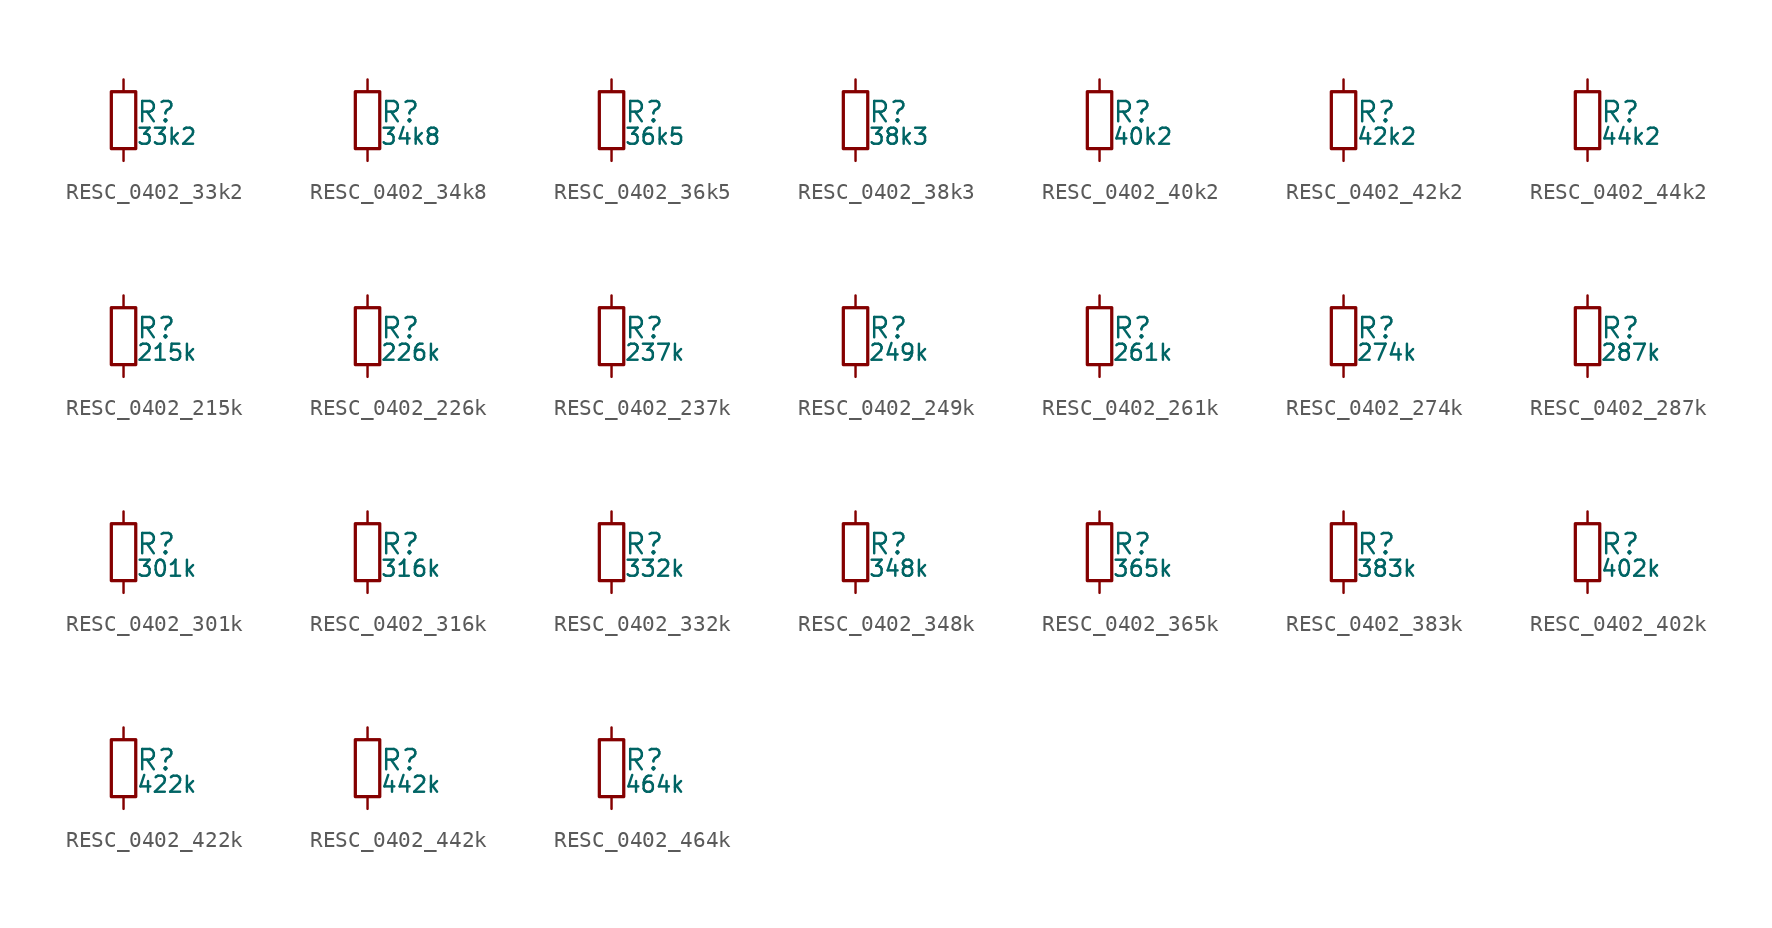
<source format=kicad_sym>
(kicad_symbol_lib
  (version 20211014)
  (generator kicad_LibGenerator)
  (symbol "RESC_0402_33k2"
    (pin_numbers hide)
    (pin_names
      (offset 0.254) hide)
    (property "Reference" "R"
      (at 0.762 0.508 0)
      (effects (font (size 1.27 1.27)) (justify left)))
    (property "Value" "33k2"
      (at 0.762 -1.016 0)
      (effects (font (size 1.00 1.00)) (justify left)))
    (symbol "RESC_0402_33k2_0_1"
      (rectangle (start -0.762 1.778) (end 0.762 -1.778) (stroke (width 0.203) (type default) (color 0 0 0 0)) (fill (type none))))
    (symbol "RESC_0402_33k2_1_1"
      (pin passive line (at 0 2.54 270) (length 0.762) (name "~" (effects (font (size 1.27 1.27)))) (number "1" (effects (font (size 1.27 1.27)))))
      (pin passive line (at 0 -2.54 90) (length 0.762) (name "~" (effects (font (size 1.27 1.27)))) (number "2" (effects (font (size 1.27 1.27)))))))
  (symbol "RESC_0402_34k8"
    (pin_numbers hide)
    (pin_names
      (offset 0.254) hide)
    (property "Reference" "R"
      (at 0.762 0.508 0)
      (effects (font (size 1.27 1.27)) (justify left)))
    (property "Value" "34k8"
      (at 0.762 -1.016 0)
      (effects (font (size 1.00 1.00)) (justify left)))
    (symbol "RESC_0402_34k8_0_1"
      (rectangle (start -0.762 1.778) (end 0.762 -1.778) (stroke (width 0.203) (type default) (color 0 0 0 0)) (fill (type none))))
    (symbol "RESC_0402_34k8_1_1"
      (pin passive line (at 0 2.54 270) (length 0.762) (name "~" (effects (font (size 1.27 1.27)))) (number "1" (effects (font (size 1.27 1.27)))))
      (pin passive line (at 0 -2.54 90) (length 0.762) (name "~" (effects (font (size 1.27 1.27)))) (number "2" (effects (font (size 1.27 1.27)))))))
  (symbol "RESC_0402_36k5"
    (pin_numbers hide)
    (pin_names
      (offset 0.254) hide)
    (property "Reference" "R"
      (at 0.762 0.508 0)
      (effects (font (size 1.27 1.27)) (justify left)))
    (property "Value" "36k5"
      (at 0.762 -1.016 0)
      (effects (font (size 1.00 1.00)) (justify left)))
    (symbol "RESC_0402_36k5_0_1"
      (rectangle (start -0.762 1.778) (end 0.762 -1.778) (stroke (width 0.203) (type default) (color 0 0 0 0)) (fill (type none))))
    (symbol "RESC_0402_36k5_1_1"
      (pin passive line (at 0 2.54 270) (length 0.762) (name "~" (effects (font (size 1.27 1.27)))) (number "1" (effects (font (size 1.27 1.27)))))
      (pin passive line (at 0 -2.54 90) (length 0.762) (name "~" (effects (font (size 1.27 1.27)))) (number "2" (effects (font (size 1.27 1.27)))))))
  (symbol "RESC_0402_38k3"
    (pin_numbers hide)
    (pin_names
      (offset 0.254) hide)
    (property "Reference" "R"
      (at 0.762 0.508 0)
      (effects (font (size 1.27 1.27)) (justify left)))
    (property "Value" "38k3"
      (at 0.762 -1.016 0)
      (effects (font (size 1.00 1.00)) (justify left)))
    (symbol "RESC_0402_38k3_0_1"
      (rectangle (start -0.762 1.778) (end 0.762 -1.778) (stroke (width 0.203) (type default) (color 0 0 0 0)) (fill (type none))))
    (symbol "RESC_0402_38k3_1_1"
      (pin passive line (at 0 2.54 270) (length 0.762) (name "~" (effects (font (size 1.27 1.27)))) (number "1" (effects (font (size 1.27 1.27)))))
      (pin passive line (at 0 -2.54 90) (length 0.762) (name "~" (effects (font (size 1.27 1.27)))) (number "2" (effects (font (size 1.27 1.27)))))))
  (symbol "RESC_0402_40k2"
    (pin_numbers hide)
    (pin_names
      (offset 0.254) hide)
    (property "Reference" "R"
      (at 0.762 0.508 0)
      (effects (font (size 1.27 1.27)) (justify left)))
    (property "Value" "40k2"
      (at 0.762 -1.016 0)
      (effects (font (size 1.00 1.00)) (justify left)))
    (symbol "RESC_0402_40k2_0_1"
      (rectangle (start -0.762 1.778) (end 0.762 -1.778) (stroke (width 0.203) (type default) (color 0 0 0 0)) (fill (type none))))
    (symbol "RESC_0402_40k2_1_1"
      (pin passive line (at 0 2.54 270) (length 0.762) (name "~" (effects (font (size 1.27 1.27)))) (number "1" (effects (font (size 1.27 1.27)))))
      (pin passive line (at 0 -2.54 90) (length 0.762) (name "~" (effects (font (size 1.27 1.27)))) (number "2" (effects (font (size 1.27 1.27)))))))
  (symbol "RESC_0402_42k2"
    (pin_numbers hide)
    (pin_names
      (offset 0.254) hide)
    (property "Reference" "R"
      (at 0.762 0.508 0)
      (effects (font (size 1.27 1.27)) (justify left)))
    (property "Value" "42k2"
      (at 0.762 -1.016 0)
      (effects (font (size 1.00 1.00)) (justify left)))
    (symbol "RESC_0402_42k2_0_1"
      (rectangle (start -0.762 1.778) (end 0.762 -1.778) (stroke (width 0.203) (type default) (color 0 0 0 0)) (fill (type none))))
    (symbol "RESC_0402_42k2_1_1"
      (pin passive line (at 0 2.54 270) (length 0.762) (name "~" (effects (font (size 1.27 1.27)))) (number "1" (effects (font (size 1.27 1.27)))))
      (pin passive line (at 0 -2.54 90) (length 0.762) (name "~" (effects (font (size 1.27 1.27)))) (number "2" (effects (font (size 1.27 1.27)))))))
  (symbol "RESC_0402_44k2"
    (pin_numbers hide)
    (pin_names
      (offset 0.254) hide)
    (property "Reference" "R"
      (at 0.762 0.508 0)
      (effects (font (size 1.27 1.27)) (justify left)))
    (property "Value" "44k2"
      (at 0.762 -1.016 0)
      (effects (font (size 1.00 1.00)) (justify left)))
    (symbol "RESC_0402_44k2_0_1"
      (rectangle (start -0.762 1.778) (end 0.762 -1.778) (stroke (width 0.203) (type default) (color 0 0 0 0)) (fill (type none))))
    (symbol "RESC_0402_44k2_1_1"
      (pin passive line (at 0 2.54 270) (length 0.762) (name "~" (effects (font (size 1.27 1.27)))) (number "1" (effects (font (size 1.27 1.27)))))
      (pin passive line (at 0 -2.54 90) (length 0.762) (name "~" (effects (font (size 1.27 1.27)))) (number "2" (effects (font (size 1.27 1.27)))))))
  (symbol "RESC_0402_215k"
    (pin_numbers hide)
    (pin_names
      (offset 0.254) hide)
    (property "Reference" "R"
      (at 0.762 0.508 0)
      (effects (font (size 1.27 1.27)) (justify left)))
    (property "Value" "215k"
      (at 0.762 -1.016 0)
      (effects (font (size 1.00 1.00)) (justify left)))
    (symbol "RESC_0402_215k_0_1"
      (rectangle (start -0.762 1.778) (end 0.762 -1.778) (stroke (width 0.203) (type default) (color 0 0 0 0)) (fill (type none))))
    (symbol "RESC_0402_215k_1_1"
      (pin passive line (at 0 2.54 270) (length 0.762) (name "~" (effects (font (size 1.27 1.27)))) (number "1" (effects (font (size 1.27 1.27)))))
      (pin passive line (at 0 -2.54 90) (length 0.762) (name "~" (effects (font (size 1.27 1.27)))) (number "2" (effects (font (size 1.27 1.27)))))))
  (symbol "RESC_0402_226k"
    (pin_numbers hide)
    (pin_names
      (offset 0.254) hide)
    (property "Reference" "R"
      (at 0.762 0.508 0)
      (effects (font (size 1.27 1.27)) (justify left)))
    (property "Value" "226k"
      (at 0.762 -1.016 0)
      (effects (font (size 1.00 1.00)) (justify left)))
    (symbol "RESC_0402_226k_0_1"
      (rectangle (start -0.762 1.778) (end 0.762 -1.778) (stroke (width 0.203) (type default) (color 0 0 0 0)) (fill (type none))))
    (symbol "RESC_0402_226k_1_1"
      (pin passive line (at 0 2.54 270) (length 0.762) (name "~" (effects (font (size 1.27 1.27)))) (number "1" (effects (font (size 1.27 1.27)))))
      (pin passive line (at 0 -2.54 90) (length 0.762) (name "~" (effects (font (size 1.27 1.27)))) (number "2" (effects (font (size 1.27 1.27)))))))
  (symbol "RESC_0402_237k"
    (pin_numbers hide)
    (pin_names
      (offset 0.254) hide)
    (property "Reference" "R"
      (at 0.762 0.508 0)
      (effects (font (size 1.27 1.27)) (justify left)))
    (property "Value" "237k"
      (at 0.762 -1.016 0)
      (effects (font (size 1.00 1.00)) (justify left)))
    (symbol "RESC_0402_237k_0_1"
      (rectangle (start -0.762 1.778) (end 0.762 -1.778) (stroke (width 0.203) (type default) (color 0 0 0 0)) (fill (type none))))
    (symbol "RESC_0402_237k_1_1"
      (pin passive line (at 0 2.54 270) (length 0.762) (name "~" (effects (font (size 1.27 1.27)))) (number "1" (effects (font (size 1.27 1.27)))))
      (pin passive line (at 0 -2.54 90) (length 0.762) (name "~" (effects (font (size 1.27 1.27)))) (number "2" (effects (font (size 1.27 1.27)))))))
  (symbol "RESC_0402_249k"
    (pin_numbers hide)
    (pin_names
      (offset 0.254) hide)
    (property "Reference" "R"
      (at 0.762 0.508 0)
      (effects (font (size 1.27 1.27)) (justify left)))
    (property "Value" "249k"
      (at 0.762 -1.016 0)
      (effects (font (size 1.00 1.00)) (justify left)))
    (symbol "RESC_0402_249k_0_1"
      (rectangle (start -0.762 1.778) (end 0.762 -1.778) (stroke (width 0.203) (type default) (color 0 0 0 0)) (fill (type none))))
    (symbol "RESC_0402_249k_1_1"
      (pin passive line (at 0 2.54 270) (length 0.762) (name "~" (effects (font (size 1.27 1.27)))) (number "1" (effects (font (size 1.27 1.27)))))
      (pin passive line (at 0 -2.54 90) (length 0.762) (name "~" (effects (font (size 1.27 1.27)))) (number "2" (effects (font (size 1.27 1.27)))))))
  (symbol "RESC_0402_261k"
    (pin_numbers hide)
    (pin_names
      (offset 0.254) hide)
    (property "Reference" "R"
      (at 0.762 0.508 0)
      (effects (font (size 1.27 1.27)) (justify left)))
    (property "Value" "261k"
      (at 0.762 -1.016 0)
      (effects (font (size 1.00 1.00)) (justify left)))
    (symbol "RESC_0402_261k_0_1"
      (rectangle (start -0.762 1.778) (end 0.762 -1.778) (stroke (width 0.203) (type default) (color 0 0 0 0)) (fill (type none))))
    (symbol "RESC_0402_261k_1_1"
      (pin passive line (at 0 2.54 270) (length 0.762) (name "~" (effects (font (size 1.27 1.27)))) (number "1" (effects (font (size 1.27 1.27)))))
      (pin passive line (at 0 -2.54 90) (length 0.762) (name "~" (effects (font (size 1.27 1.27)))) (number "2" (effects (font (size 1.27 1.27)))))))
  (symbol "RESC_0402_274k"
    (pin_numbers hide)
    (pin_names
      (offset 0.254) hide)
    (property "Reference" "R"
      (at 0.762 0.508 0)
      (effects (font (size 1.27 1.27)) (justify left)))
    (property "Value" "274k"
      (at 0.762 -1.016 0)
      (effects (font (size 1.00 1.00)) (justify left)))
    (symbol "RESC_0402_274k_0_1"
      (rectangle (start -0.762 1.778) (end 0.762 -1.778) (stroke (width 0.203) (type default) (color 0 0 0 0)) (fill (type none))))
    (symbol "RESC_0402_274k_1_1"
      (pin passive line (at 0 2.54 270) (length 0.762) (name "~" (effects (font (size 1.27 1.27)))) (number "1" (effects (font (size 1.27 1.27)))))
      (pin passive line (at 0 -2.54 90) (length 0.762) (name "~" (effects (font (size 1.27 1.27)))) (number "2" (effects (font (size 1.27 1.27)))))))
  (symbol "RESC_0402_287k"
    (pin_numbers hide)
    (pin_names
      (offset 0.254) hide)
    (property "Reference" "R"
      (at 0.762 0.508 0)
      (effects (font (size 1.27 1.27)) (justify left)))
    (property "Value" "287k"
      (at 0.762 -1.016 0)
      (effects (font (size 1.00 1.00)) (justify left)))
    (symbol "RESC_0402_287k_0_1"
      (rectangle (start -0.762 1.778) (end 0.762 -1.778) (stroke (width 0.203) (type default) (color 0 0 0 0)) (fill (type none))))
    (symbol "RESC_0402_287k_1_1"
      (pin passive line (at 0 2.54 270) (length 0.762) (name "~" (effects (font (size 1.27 1.27)))) (number "1" (effects (font (size 1.27 1.27)))))
      (pin passive line (at 0 -2.54 90) (length 0.762) (name "~" (effects (font (size 1.27 1.27)))) (number "2" (effects (font (size 1.27 1.27)))))))
  (symbol "RESC_0402_301k"
    (pin_numbers hide)
    (pin_names
      (offset 0.254) hide)
    (property "Reference" "R"
      (at 0.762 0.508 0)
      (effects (font (size 1.27 1.27)) (justify left)))
    (property "Value" "301k"
      (at 0.762 -1.016 0)
      (effects (font (size 1.00 1.00)) (justify left)))
    (symbol "RESC_0402_301k_0_1"
      (rectangle (start -0.762 1.778) (end 0.762 -1.778) (stroke (width 0.203) (type default) (color 0 0 0 0)) (fill (type none))))
    (symbol "RESC_0402_301k_1_1"
      (pin passive line (at 0 2.54 270) (length 0.762) (name "~" (effects (font (size 1.27 1.27)))) (number "1" (effects (font (size 1.27 1.27)))))
      (pin passive line (at 0 -2.54 90) (length 0.762) (name "~" (effects (font (size 1.27 1.27)))) (number "2" (effects (font (size 1.27 1.27)))))))
  (symbol "RESC_0402_316k"
    (pin_numbers hide)
    (pin_names
      (offset 0.254) hide)
    (property "Reference" "R"
      (at 0.762 0.508 0)
      (effects (font (size 1.27 1.27)) (justify left)))
    (property "Value" "316k"
      (at 0.762 -1.016 0)
      (effects (font (size 1.00 1.00)) (justify left)))
    (symbol "RESC_0402_316k_0_1"
      (rectangle (start -0.762 1.778) (end 0.762 -1.778) (stroke (width 0.203) (type default) (color 0 0 0 0)) (fill (type none))))
    (symbol "RESC_0402_316k_1_1"
      (pin passive line (at 0 2.54 270) (length 0.762) (name "~" (effects (font (size 1.27 1.27)))) (number "1" (effects (font (size 1.27 1.27)))))
      (pin passive line (at 0 -2.54 90) (length 0.762) (name "~" (effects (font (size 1.27 1.27)))) (number "2" (effects (font (size 1.27 1.27)))))))
  (symbol "RESC_0402_332k"
    (pin_numbers hide)
    (pin_names
      (offset 0.254) hide)
    (property "Reference" "R"
      (at 0.762 0.508 0)
      (effects (font (size 1.27 1.27)) (justify left)))
    (property "Value" "332k"
      (at 0.762 -1.016 0)
      (effects (font (size 1.00 1.00)) (justify left)))
    (symbol "RESC_0402_332k_0_1"
      (rectangle (start -0.762 1.778) (end 0.762 -1.778) (stroke (width 0.203) (type default) (color 0 0 0 0)) (fill (type none))))
    (symbol "RESC_0402_332k_1_1"
      (pin passive line (at 0 2.54 270) (length 0.762) (name "~" (effects (font (size 1.27 1.27)))) (number "1" (effects (font (size 1.27 1.27)))))
      (pin passive line (at 0 -2.54 90) (length 0.762) (name "~" (effects (font (size 1.27 1.27)))) (number "2" (effects (font (size 1.27 1.27)))))))
  (symbol "RESC_0402_348k"
    (pin_numbers hide)
    (pin_names
      (offset 0.254) hide)
    (property "Reference" "R"
      (at 0.762 0.508 0)
      (effects (font (size 1.27 1.27)) (justify left)))
    (property "Value" "348k"
      (at 0.762 -1.016 0)
      (effects (font (size 1.00 1.00)) (justify left)))
    (symbol "RESC_0402_348k_0_1"
      (rectangle (start -0.762 1.778) (end 0.762 -1.778) (stroke (width 0.203) (type default) (color 0 0 0 0)) (fill (type none))))
    (symbol "RESC_0402_348k_1_1"
      (pin passive line (at 0 2.54 270) (length 0.762) (name "~" (effects (font (size 1.27 1.27)))) (number "1" (effects (font (size 1.27 1.27)))))
      (pin passive line (at 0 -2.54 90) (length 0.762) (name "~" (effects (font (size 1.27 1.27)))) (number "2" (effects (font (size 1.27 1.27)))))))
  (symbol "RESC_0402_365k"
    (pin_numbers hide)
    (pin_names
      (offset 0.254) hide)
    (property "Reference" "R"
      (at 0.762 0.508 0)
      (effects (font (size 1.27 1.27)) (justify left)))
    (property "Value" "365k"
      (at 0.762 -1.016 0)
      (effects (font (size 1.00 1.00)) (justify left)))
    (symbol "RESC_0402_365k_0_1"
      (rectangle (start -0.762 1.778) (end 0.762 -1.778) (stroke (width 0.203) (type default) (color 0 0 0 0)) (fill (type none))))
    (symbol "RESC_0402_365k_1_1"
      (pin passive line (at 0 2.54 270) (length 0.762) (name "~" (effects (font (size 1.27 1.27)))) (number "1" (effects (font (size 1.27 1.27)))))
      (pin passive line (at 0 -2.54 90) (length 0.762) (name "~" (effects (font (size 1.27 1.27)))) (number "2" (effects (font (size 1.27 1.27)))))))
  (symbol "RESC_0402_383k"
    (pin_numbers hide)
    (pin_names
      (offset 0.254) hide)
    (property "Reference" "R"
      (at 0.762 0.508 0)
      (effects (font (size 1.27 1.27)) (justify left)))
    (property "Value" "383k"
      (at 0.762 -1.016 0)
      (effects (font (size 1.00 1.00)) (justify left)))
    (symbol "RESC_0402_383k_0_1"
      (rectangle (start -0.762 1.778) (end 0.762 -1.778) (stroke (width 0.203) (type default) (color 0 0 0 0)) (fill (type none))))
    (symbol "RESC_0402_383k_1_1"
      (pin passive line (at 0 2.54 270) (length 0.762) (name "~" (effects (font (size 1.27 1.27)))) (number "1" (effects (font (size 1.27 1.27)))))
      (pin passive line (at 0 -2.54 90) (length 0.762) (name "~" (effects (font (size 1.27 1.27)))) (number "2" (effects (font (size 1.27 1.27)))))))
  (symbol "RESC_0402_402k"
    (pin_numbers hide)
    (pin_names
      (offset 0.254) hide)
    (property "Reference" "R"
      (at 0.762 0.508 0)
      (effects (font (size 1.27 1.27)) (justify left)))
    (property "Value" "402k"
      (at 0.762 -1.016 0)
      (effects (font (size 1.00 1.00)) (justify left)))
    (symbol "RESC_0402_402k_0_1"
      (rectangle (start -0.762 1.778) (end 0.762 -1.778) (stroke (width 0.203) (type default) (color 0 0 0 0)) (fill (type none))))
    (symbol "RESC_0402_402k_1_1"
      (pin passive line (at 0 2.54 270) (length 0.762) (name "~" (effects (font (size 1.27 1.27)))) (number "1" (effects (font (size 1.27 1.27)))))
      (pin passive line (at 0 -2.54 90) (length 0.762) (name "~" (effects (font (size 1.27 1.27)))) (number "2" (effects (font (size 1.27 1.27)))))))
  (symbol "RESC_0402_422k"
    (pin_numbers hide)
    (pin_names
      (offset 0.254) hide)
    (property "Reference" "R"
      (at 0.762 0.508 0)
      (effects (font (size 1.27 1.27)) (justify left)))
    (property "Value" "422k"
      (at 0.762 -1.016 0)
      (effects (font (size 1.00 1.00)) (justify left)))
    (symbol "RESC_0402_422k_0_1"
      (rectangle (start -0.762 1.778) (end 0.762 -1.778) (stroke (width 0.203) (type default) (color 0 0 0 0)) (fill (type none))))
    (symbol "RESC_0402_422k_1_1"
      (pin passive line (at 0 2.54 270) (length 0.762) (name "~" (effects (font (size 1.27 1.27)))) (number "1" (effects (font (size 1.27 1.27)))))
      (pin passive line (at 0 -2.54 90) (length 0.762) (name "~" (effects (font (size 1.27 1.27)))) (number "2" (effects (font (size 1.27 1.27)))))))
  (symbol "RESC_0402_442k"
    (pin_numbers hide)
    (pin_names
      (offset 0.254) hide)
    (property "Reference" "R"
      (at 0.762 0.508 0)
      (effects (font (size 1.27 1.27)) (justify left)))
    (property "Value" "442k"
      (at 0.762 -1.016 0)
      (effects (font (size 1.00 1.00)) (justify left)))
    (symbol "RESC_0402_442k_0_1"
      (rectangle (start -0.762 1.778) (end 0.762 -1.778) (stroke (width 0.203) (type default) (color 0 0 0 0)) (fill (type none))))
    (symbol "RESC_0402_442k_1_1"
      (pin passive line (at 0 2.54 270) (length 0.762) (name "~" (effects (font (size 1.27 1.27)))) (number "1" (effects (font (size 1.27 1.27)))))
      (pin passive line (at 0 -2.54 90) (length 0.762) (name "~" (effects (font (size 1.27 1.27)))) (number "2" (effects (font (size 1.27 1.27)))))))
  (symbol "RESC_0402_464k"
    (pin_numbers hide)
    (pin_names
      (offset 0.254) hide)
    (property "Reference" "R"
      (at 0.762 0.508 0)
      (effects (font (size 1.27 1.27)) (justify left)))
    (property "Value" "464k"
      (at 0.762 -1.016 0)
      (effects (font (size 1.00 1.00)) (justify left)))
    (symbol "RESC_0402_464k_0_1"
      (rectangle (start -0.762 1.778) (end 0.762 -1.778) (stroke (width 0.203) (type default) (color 0 0 0 0)) (fill (type none))))
    (symbol "RESC_0402_464k_1_1"
      (pin passive line (at 0 2.54 270) (length 0.762) (name "~" (effects (font (size 1.27 1.27)))) (number "1" (effects (font (size 1.27 1.27)))))
      (pin passive line (at 0 -2.54 90) (length 0.762) (name "~" (effects (font (size 1.27 1.27)))) (number "2" (effects (font (size 1.27 1.27))))))))
</source>
